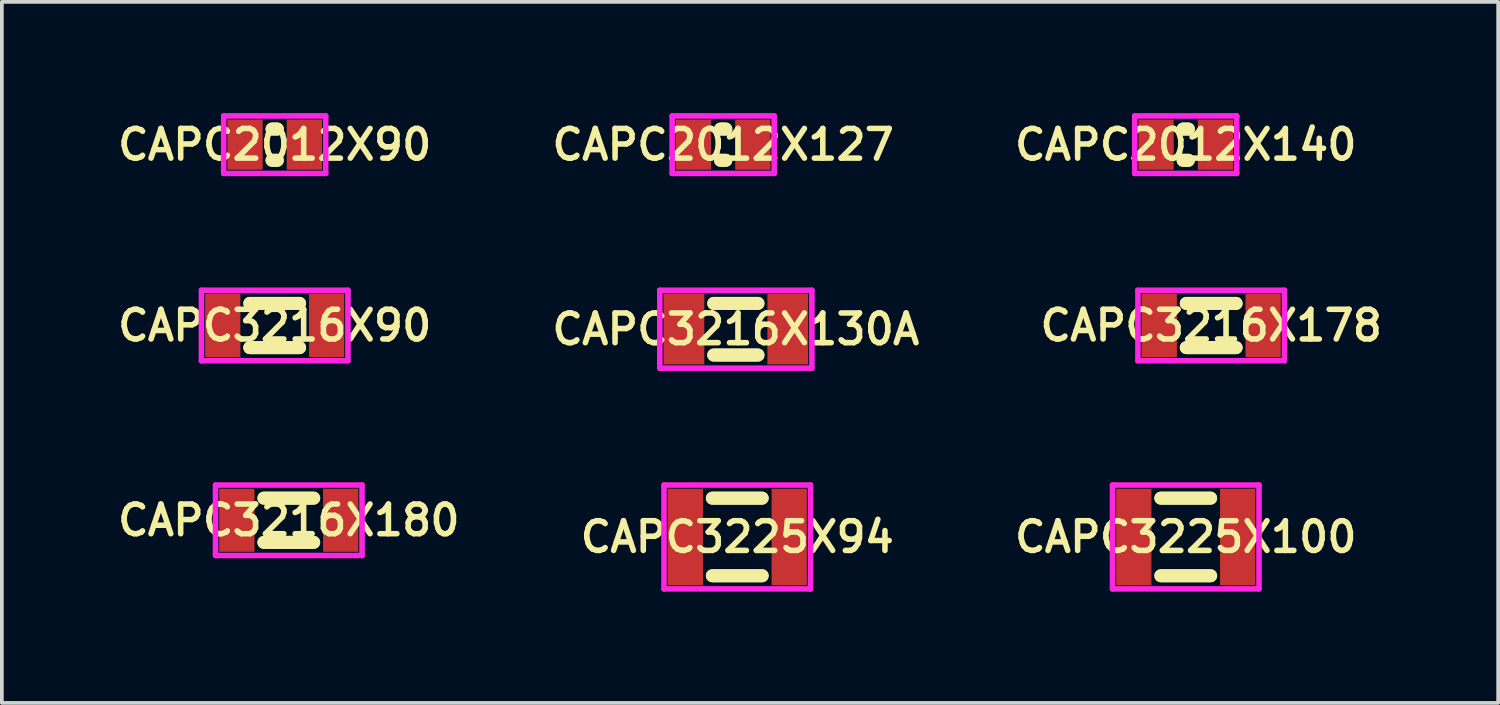
<source format=kicad_pcb>
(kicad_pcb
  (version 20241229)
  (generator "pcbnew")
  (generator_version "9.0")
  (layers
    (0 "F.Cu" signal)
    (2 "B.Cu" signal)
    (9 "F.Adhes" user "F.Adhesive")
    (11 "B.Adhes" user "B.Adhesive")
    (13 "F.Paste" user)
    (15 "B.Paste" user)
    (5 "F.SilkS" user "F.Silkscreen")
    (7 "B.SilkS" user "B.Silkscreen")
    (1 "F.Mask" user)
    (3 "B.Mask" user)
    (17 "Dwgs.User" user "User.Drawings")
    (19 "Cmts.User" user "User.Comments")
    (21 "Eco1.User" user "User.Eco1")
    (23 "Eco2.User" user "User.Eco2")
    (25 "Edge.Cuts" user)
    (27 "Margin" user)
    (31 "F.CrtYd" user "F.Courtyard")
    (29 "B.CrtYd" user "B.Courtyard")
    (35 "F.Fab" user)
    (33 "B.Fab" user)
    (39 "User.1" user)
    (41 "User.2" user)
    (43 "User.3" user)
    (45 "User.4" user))
  (footprint "CAPC3216X90"
    (layer "F.Cu")
    (at 4.355 5.725)
    (property "Reference" "CAPC3216X90" (at 0 0 0) (layer "F.SilkS") (effects (font (size 0.8 0.8) (thickness 0.15))))
    (attr smd)
    (fp_line (start -0.671 -0.596) (end 0.671 -0.596) (stroke (width 0.35) (type solid)) (layer "F.SilkS"))
    (fp_line (start -0.671 0.596) (end 0.671 0.596) (stroke (width 0.35) (type solid)) (layer "F.SilkS"))
    (fp_line (start 0.671 -0.596) (end -0.671 -0.596) (stroke (width 0.35) (type solid)) (layer "F.SilkS"))
    (fp_line (start 0.671 0.596) (end -0.671 0.596) (stroke (width 0.35) (type solid)) (layer "F.SilkS"))
    (fp_line (start -1.975 -0.95) (end 1.975 -0.95) (stroke (width 0.15) (type solid)) (layer "F.CrtYd"))
    (fp_line (start -1.975 0.95) (end -1.975 -0.95) (stroke (width 0.15) (type solid)) (layer "F.CrtYd"))
    (fp_line (start 1.975 -0.95) (end 1.975 0.95) (stroke (width 0.15) (type solid)) (layer "F.CrtYd"))
    (fp_line (start 1.975 0.95) (end -1.975 0.95) (stroke (width 0.15) (type solid)) (layer "F.CrtYd"))
    (pad "1" smd rect (at -1.4 0) (size 0.95 1.7) (layers "F.Cu" "F.Mask" "F.Paste"))
    (pad "2" smd rect (at 1.4 0) (size 0.95 1.7) (layers "F.Cu" "F.Mask" "F.Paste")))
  (footprint "CAPC3216X178"
    (layer "F.Cu")
    (at 29.601 5.725)
    (property "Reference" "CAPC3216X178" (at 0 0 0) (layer "F.SilkS") (effects (font (size 0.8 0.8) (thickness 0.15))))
    (attr through_hole)
    (fp_line (start -0.671 -0.596) (end 0.671 -0.596) (stroke (width 0.35) (type solid)) (layer "F.SilkS"))
    (fp_line (start -0.671 0.596) (end 0.671 0.596) (stroke (width 0.35) (type solid)) (layer "F.SilkS"))
    (fp_line (start 0.671 -0.596) (end -0.671 -0.596) (stroke (width 0.35) (type solid)) (layer "F.SilkS"))
    (fp_line (start 0.671 0.596) (end -0.671 0.596) (stroke (width 0.35) (type solid)) (layer "F.SilkS"))
    (fp_line (start -1.975 -0.95) (end 1.975 -0.95) (stroke (width 0.15) (type solid)) (layer "F.CrtYd"))
    (fp_line (start -1.975 0.95) (end -1.975 -0.95) (stroke (width 0.15) (type solid)) (layer "F.CrtYd"))
    (fp_line (start 1.975 -0.95) (end 1.975 0.95) (stroke (width 0.15) (type solid)) (layer "F.CrtYd"))
    (fp_line (start 1.975 0.95) (end -1.975 0.95) (stroke (width 0.15) (type solid)) (layer "F.CrtYd"))
    (pad "1" smd rect (at -1.4 0) (size 0.95 1.7) (layers "F.Cu" "F.Mask" "F.Paste"))
    (pad "2" smd rect (at 1.4 0) (size 0.95 1.7) (layers "F.Cu" "F.Mask" "F.Paste")))
  (footprint "CAPC2012X127"
    (layer "F.Cu")
    (at 16.445 0.85)
    (property "Reference" "CAPC2012X127" (at 0 0 0) (layer "F.SilkS") (effects (font (size 0.8 0.8) (thickness 0.15))))
    (attr smd)
    (fp_line (start -0.071 -0.421) (end 0.071 -0.421) (stroke (width 0.35) (type solid)) (layer "F.SilkS"))
    (fp_line (start -0.071 0.421) (end 0.071 0.421) (stroke (width 0.35) (type solid)) (layer "F.SilkS"))
    (fp_line (start 0.071 -0.421) (end -0.071 -0.421) (stroke (width 0.35) (type solid)) (layer "F.SilkS"))
    (fp_line (start 0.071 0.421) (end -0.071 0.421) (stroke (width 0.35) (type solid)) (layer "F.SilkS"))
    (fp_line (start -1.375 -0.775) (end 1.375 -0.775) (stroke (width 0.15) (type solid)) (layer "F.CrtYd"))
    (fp_line (start -1.375 0.775) (end -1.375 -0.775) (stroke (width 0.15) (type solid)) (layer "F.CrtYd"))
    (fp_line (start 1.375 -0.775) (end 1.375 0.775) (stroke (width 0.15) (type solid)) (layer "F.CrtYd"))
    (fp_line (start 1.375 0.775) (end -1.375 0.775) (stroke (width 0.15) (type solid)) (layer "F.CrtYd"))
    (pad "1" smd rect (at -0.8 0) (size 0.95 1.35) (layers "F.Cu" "F.Mask" "F.Paste"))
    (pad "2" smd rect (at 0.8 0) (size 0.95 1.35) (layers "F.Cu" "F.Mask" "F.Paste")))
  (footprint "CAPC3216X130A"
    (layer "F.Cu")
    (at 16.787 5.825)
    (property "Reference" "CAPC3216X130A" (at 0 0 0) (layer "F.SilkS") (effects (font (size 0.8 0.8) (thickness 0.15))))
    (attr smd)
    (fp_line (start -0.596 -0.696) (end 0.596 -0.696) (stroke (width 0.35) (type solid)) (layer "F.SilkS"))
    (fp_line (start -0.596 0.696) (end 0.596 0.696) (stroke (width 0.35) (type solid)) (layer "F.SilkS"))
    (fp_line (start 0.596 -0.696) (end -0.596 -0.696) (stroke (width 0.35) (type solid)) (layer "F.SilkS"))
    (fp_line (start 0.596 0.696) (end -0.596 0.696) (stroke (width 0.35) (type solid)) (layer "F.SilkS"))
    (fp_line (start -2.05 -1.05) (end 2.05 -1.05) (stroke (width 0.15) (type solid)) (layer "F.CrtYd"))
    (fp_line (start -2.05 1.05) (end -2.05 -1.05) (stroke (width 0.15) (type solid)) (layer "F.CrtYd"))
    (fp_line (start 2.05 -1.05) (end 2.05 1.05) (stroke (width 0.15) (type solid)) (layer "F.CrtYd"))
    (fp_line (start 2.05 1.05) (end -2.05 1.05) (stroke (width 0.15) (type solid)) (layer "F.CrtYd"))
    (pad "1" smd rect (at -1.4 0) (size 1.1 1.9) (layers "F.Cu" "F.Mask" "F.Paste"))
    (pad "2" smd rect (at 1.4 0) (size 1.1 1.9) (layers "F.Cu" "F.Mask" "F.Paste")))
  (footprint "CAPC2012X90"
    (layer "F.Cu")
    (at 4.355 0.85)
    (property "Reference" "CAPC2012X90" (at 0 0 0) (layer "F.SilkS") (effects (font (size 0.8 0.8) (thickness 0.15))))
    (attr through_hole)
    (fp_line (start -0.071 -0.421) (end 0.071 -0.421) (stroke (width 0.35) (type solid)) (layer "F.SilkS"))
    (fp_line (start -0.071 0.421) (end 0.071 0.421) (stroke (width 0.35) (type solid)) (layer "F.SilkS"))
    (fp_line (start 0.071 -0.421) (end -0.071 -0.421) (stroke (width 0.35) (type solid)) (layer "F.SilkS"))
    (fp_line (start 0.071 0.421) (end -0.071 0.421) (stroke (width 0.35) (type solid)) (layer "F.SilkS"))
    (fp_line (start -1.375 -0.775) (end 1.375 -0.775) (stroke (width 0.15) (type solid)) (layer "F.CrtYd"))
    (fp_line (start -1.375 0.775) (end -1.375 -0.775) (stroke (width 0.15) (type solid)) (layer "F.CrtYd"))
    (fp_line (start 1.375 -0.775) (end 1.375 0.775) (stroke (width 0.15) (type solid)) (layer "F.CrtYd"))
    (fp_line (start 1.375 0.775) (end -1.375 0.775) (stroke (width 0.15) (type solid)) (layer "F.CrtYd"))
    (pad "1" smd rect (at -0.8 0) (size 0.95 1.35) (layers "F.Cu" "F.Mask" "F.Paste"))
    (pad "2" smd rect (at 0.8 0) (size 0.95 1.35) (layers "F.Cu" "F.Mask" "F.Paste")))
  (footprint "CAPC3225X100"
    (layer "F.Cu")
    (at 28.915 11.425)
    (property "Reference" "CAPC3225X100" (at 0 0 0) (layer "F.SilkS") (effects (font (size 0.8 0.8) (thickness 0.15))))
    (attr smd)
    (fp_line (start -0.671 -1.046) (end 0.671 -1.046) (stroke (width 0.35) (type solid)) (layer "F.SilkS"))
    (fp_line (start -0.671 1.046) (end 0.671 1.046) (stroke (width 0.35) (type solid)) (layer "F.SilkS"))
    (fp_line (start 0.671 -1.046) (end -0.671 -1.046) (stroke (width 0.35) (type solid)) (layer "F.SilkS"))
    (fp_line (start 0.671 1.046) (end -0.671 1.046) (stroke (width 0.35) (type solid)) (layer "F.SilkS"))
    (fp_line (start -1.975 -1.4) (end 1.975 -1.4) (stroke (width 0.15) (type solid)) (layer "F.CrtYd"))
    (fp_line (start -1.975 1.4) (end -1.975 -1.4) (stroke (width 0.15) (type solid)) (layer "F.CrtYd"))
    (fp_line (start 1.975 -1.4) (end 1.975 1.4) (stroke (width 0.15) (type solid)) (layer "F.CrtYd"))
    (fp_line (start 1.975 1.4) (end -1.975 1.4) (stroke (width 0.15) (type solid)) (layer "F.CrtYd"))
    (pad "1" smd rect (at -1.4 0) (size 0.95 2.6) (layers "F.Cu" "F.Mask" "F.Paste"))
    (pad "2" smd rect (at 1.4 0) (size 0.95 2.6) (layers "F.Cu" "F.Mask" "F.Paste")))
  (footprint "CAPC2012X140"
    (layer "F.Cu")
    (at 28.915 0.85)
    (property "Reference" "CAPC2012X140" (at 0 0 0) (layer "F.SilkS") (effects (font (size 0.8 0.8) (thickness 0.15))))
    (attr smd)
    (fp_line (start -0.071 -0.421) (end 0.071 -0.421) (stroke (width 0.35) (type solid)) (layer "F.SilkS"))
    (fp_line (start -0.071 0.421) (end 0.071 0.421) (stroke (width 0.35) (type solid)) (layer "F.SilkS"))
    (fp_line (start 0.071 -0.421) (end -0.071 -0.421) (stroke (width 0.35) (type solid)) (layer "F.SilkS"))
    (fp_line (start 0.071 0.421) (end -0.071 0.421) (stroke (width 0.35) (type solid)) (layer "F.SilkS"))
    (fp_line (start -1.375 -0.775) (end 1.375 -0.775) (stroke (width 0.15) (type solid)) (layer "F.CrtYd"))
    (fp_line (start -1.375 0.775) (end -1.375 -0.775) (stroke (width 0.15) (type solid)) (layer "F.CrtYd"))
    (fp_line (start 1.375 -0.775) (end 1.375 0.775) (stroke (width 0.15) (type solid)) (layer "F.CrtYd"))
    (fp_line (start 1.375 0.775) (end -1.375 0.775) (stroke (width 0.15) (type solid)) (layer "F.CrtYd"))
    (pad "1" smd rect (at -0.8 0) (size 0.95 1.35) (layers "F.Cu" "F.Mask" "F.Paste"))
    (pad "2" smd rect (at 0.8 0) (size 0.95 1.35) (layers "F.Cu" "F.Mask" "F.Paste")))
  (footprint "CAPC3216X180"
    (layer "F.Cu")
    (at 4.735 10.975)
    (property "Reference" "CAPC3216X180" (at 0 0 0) (layer "F.SilkS") (effects (font (size 0.8 0.8) (thickness 0.15))))
    (attr through_hole)
    (fp_line (start -0.671 -0.596) (end 0.671 -0.596) (stroke (width 0.35) (type solid)) (layer "F.SilkS"))
    (fp_line (start -0.671 0.596) (end 0.671 0.596) (stroke (width 0.35) (type solid)) (layer "F.SilkS"))
    (fp_line (start 0.671 -0.596) (end -0.671 -0.596) (stroke (width 0.35) (type solid)) (layer "F.SilkS"))
    (fp_line (start 0.671 0.596) (end -0.671 0.596) (stroke (width 0.35) (type solid)) (layer "F.SilkS"))
    (fp_line (start -1.975 -0.95) (end 1.975 -0.95) (stroke (width 0.15) (type solid)) (layer "F.CrtYd"))
    (fp_line (start -1.975 0.95) (end -1.975 -0.95) (stroke (width 0.15) (type solid)) (layer "F.CrtYd"))
    (fp_line (start 1.975 -0.95) (end 1.975 0.95) (stroke (width 0.15) (type solid)) (layer "F.CrtYd"))
    (fp_line (start 1.975 0.95) (end -1.975 0.95) (stroke (width 0.15) (type solid)) (layer "F.CrtYd"))
    (pad "1" smd rect (at -1.4 0) (size 0.95 1.7) (layers "F.Cu" "F.Mask" "F.Paste"))
    (pad "2" smd rect (at 1.4 0) (size 0.95 1.7) (layers "F.Cu" "F.Mask" "F.Paste")))
  (footprint "CAPC3225X94"
    (layer "F.Cu")
    (at 16.825 11.425)
    (property "Reference" "CAPC3225X94" (at 0 0 0) (layer "F.SilkS") (effects (font (size 0.8 0.8) (thickness 0.15))))
    (attr smd)
    (fp_line (start -0.671 -1.046) (end 0.671 -1.046) (stroke (width 0.35) (type solid)) (layer "F.SilkS"))
    (fp_line (start -0.671 1.046) (end 0.671 1.046) (stroke (width 0.35) (type solid)) (layer "F.SilkS"))
    (fp_line (start 0.671 -1.046) (end -0.671 -1.046) (stroke (width 0.35) (type solid)) (layer "F.SilkS"))
    (fp_line (start 0.671 1.046) (end -0.671 1.046) (stroke (width 0.35) (type solid)) (layer "F.SilkS"))
    (fp_line (start -1.975 -1.4) (end 1.975 -1.4) (stroke (width 0.15) (type solid)) (layer "F.CrtYd"))
    (fp_line (start -1.975 1.4) (end -1.975 -1.4) (stroke (width 0.15) (type solid)) (layer "F.CrtYd"))
    (fp_line (start 1.975 -1.4) (end 1.975 1.4) (stroke (width 0.15) (type solid)) (layer "F.CrtYd"))
    (fp_line (start 1.975 1.4) (end -1.975 1.4) (stroke (width 0.15) (type solid)) (layer "F.CrtYd"))
    (pad "1" smd rect (at -1.4 0) (size 0.95 2.6) (layers "F.Cu" "F.Mask" "F.Paste"))
    (pad "2" smd rect (at 1.4 0) (size 0.95 2.6) (layers "F.Cu" "F.Mask" "F.Paste")))
  (gr_rect
    (start -3 -3)
    (end 37.337 15.9)
    (stroke (width 0.1) (type default))
    (fill no)
    (layer "Edge.Cuts")))
</source>
